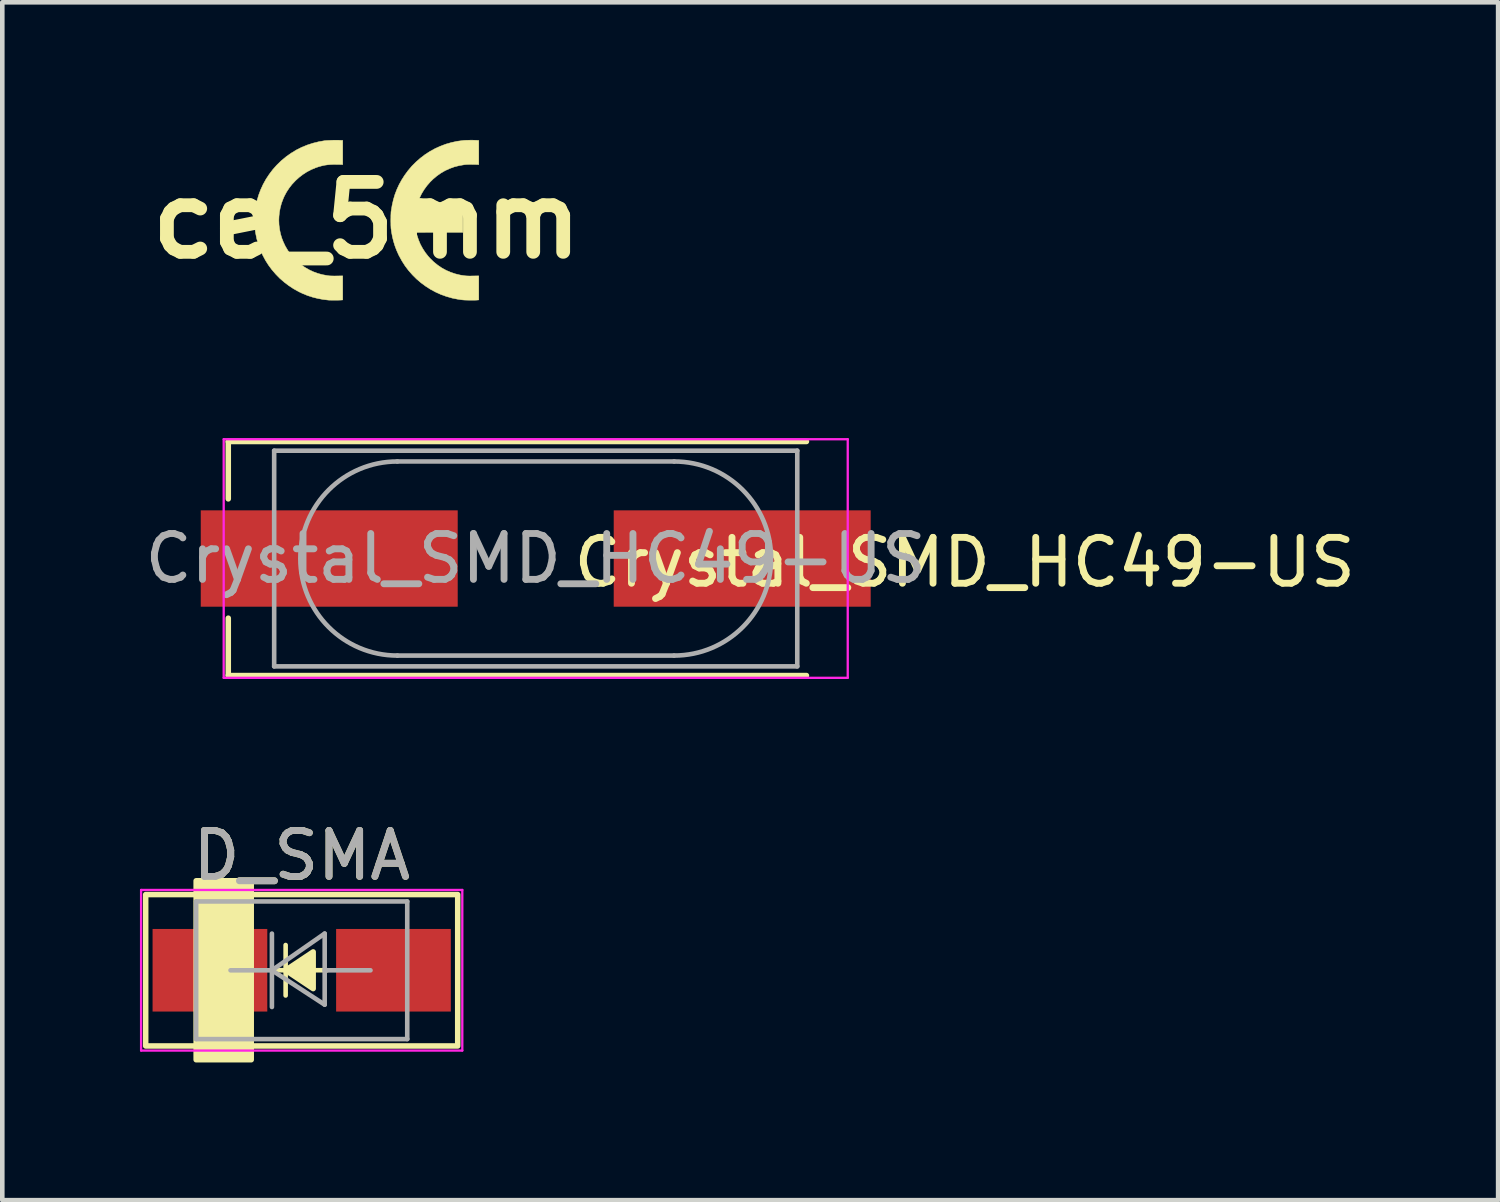
<source format=kicad_pcb>
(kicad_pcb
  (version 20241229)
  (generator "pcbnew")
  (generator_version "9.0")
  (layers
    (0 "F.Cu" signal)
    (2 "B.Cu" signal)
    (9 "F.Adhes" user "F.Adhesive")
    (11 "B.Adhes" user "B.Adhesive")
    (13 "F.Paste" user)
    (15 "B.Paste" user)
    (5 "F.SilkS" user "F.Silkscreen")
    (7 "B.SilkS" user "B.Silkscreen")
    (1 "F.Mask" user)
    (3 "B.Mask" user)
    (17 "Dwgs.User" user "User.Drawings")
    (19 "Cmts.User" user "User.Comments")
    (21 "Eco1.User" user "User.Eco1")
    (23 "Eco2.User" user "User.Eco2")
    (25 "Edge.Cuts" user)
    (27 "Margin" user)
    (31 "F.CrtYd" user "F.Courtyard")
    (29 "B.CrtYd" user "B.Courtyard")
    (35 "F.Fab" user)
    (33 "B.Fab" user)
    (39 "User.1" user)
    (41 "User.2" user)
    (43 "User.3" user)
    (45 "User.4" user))
  (footprint "ce_5mm"
    (layer "F.Cu")
    (at 4.942 1.749)
    (property "Reference" "ce_5mm" (at 0 0 0) (layer "F.SilkS") (effects (font (size 1.524 1.524) (thickness 0.3))))
    (attr through_hole)
    (fp_poly (pts (xy -0.61 -1.743) (xy -0.58 -1.742) (xy -0.523 -1.738) (xy -0.523 -1.213) (xy -0.641 -1.215) (xy -0.72 -1.216) (xy -0.791 -1.213) (xy -0.857 -1.207) (xy -0.92 -1.198) (xy -0.981 -1.184) (xy -1.044 -1.167) (xy -1.109 -1.145) (xy -1.116 -1.142) (xy -1.212 -1.102) (xy -1.305 -1.053) (xy -1.393 -0.996) (xy -1.476 -0.932) (xy -1.554 -0.861) (xy -1.626 -0.784) (xy -1.69 -0.702) (xy -1.748 -0.614) (xy -1.797 -0.522) (xy -1.819 -0.472) (xy -1.856 -0.375) (xy -1.883 -0.277) (xy -1.902 -0.179) (xy -1.912 -0.079) (xy -1.915 0) (xy -1.911 0.103) (xy -1.898 0.203) (xy -1.878 0.301) (xy -1.848 0.398) (xy -1.819 0.472) (xy -1.775 0.565) (xy -1.722 0.655) (xy -1.662 0.74) (xy -1.594 0.82) (xy -1.52 0.894) (xy -1.44 0.962) (xy -1.355 1.023) (xy -1.265 1.076) (xy -1.172 1.12) (xy -1.171 1.121) (xy -1.071 1.158) (xy -0.97 1.186) (xy -0.868 1.205) (xy -0.818 1.212) (xy -0.787 1.214) (xy -0.747 1.215) (xy -0.7 1.216) (xy -0.648 1.215) (xy -0.641 1.215) (xy -0.523 1.213) (xy -0.523 1.737) (xy -0.563 1.741) (xy -0.579 1.741) (xy -0.603 1.742) (xy -0.632 1.743) (xy -0.665 1.743) (xy -0.7 1.743) (xy -0.734 1.743) (xy -0.767 1.743) (xy -0.796 1.742) (xy -0.819 1.742) (xy -0.834 1.741) (xy -0.835 1.741) (xy -0.957 1.726) (xy -1.073 1.704) (xy -1.183 1.676) (xy -1.291 1.641) (xy -1.396 1.598) (xy -1.474 1.561) (xy -1.587 1.499) (xy -1.694 1.429) (xy -1.796 1.352) (xy -1.892 1.269) (xy -1.981 1.178) (xy -2.064 1.082) (xy -2.139 0.981) (xy -2.207 0.874) (xy -2.266 0.763) (xy -2.318 0.648) (xy -2.361 0.529) (xy -2.396 0.407) (xy -2.417 0.303) (xy -2.424 0.266) (xy -2.429 0.234) (xy -2.432 0.206) (xy -2.435 0.178) (xy -2.437 0.149) (xy -2.439 0.118) (xy -2.439 0.083) (xy -2.44 0.041) (xy -2.44 0) (xy -2.44 -0.049) (xy -2.439 -0.089) (xy -2.438 -0.124) (xy -2.437 -0.155) (xy -2.435 -0.183) (xy -2.432 -0.211) (xy -2.428 -0.24) (xy -2.423 -0.272) (xy -2.417 -0.303) (xy -2.391 -0.426) (xy -2.355 -0.548) (xy -2.31 -0.667) (xy -2.257 -0.782) (xy -2.195 -0.894) (xy -2.125 -1) (xy -2.048 -1.102) (xy -1.963 -1.198) (xy -1.871 -1.288) (xy -1.851 -1.306) (xy -1.749 -1.39) (xy -1.642 -1.465) (xy -1.531 -1.532) (xy -1.415 -1.59) (xy -1.295 -1.639) (xy -1.171 -1.679) (xy -1.042 -1.711) (xy -0.921 -1.732) (xy -0.895 -1.735) (xy -0.861 -1.737) (xy -0.821 -1.739) (xy -0.778 -1.741) (xy -0.733 -1.743) (xy -0.689 -1.743) (xy -0.647 -1.743) (xy -0.61 -1.743)) (stroke (width 0.01) (type solid)) (fill yes) (layer "F.SilkS"))
    (fp_poly (pts (xy 2.303 -1.744) (xy 2.343 -1.743) (xy 2.377 -1.742) (xy 2.402 -1.741) (xy 2.442 -1.737) (xy 2.442 -1.213) (xy 2.317 -1.215) (xy 2.272 -1.216) (xy 2.236 -1.216) (xy 2.205 -1.215) (xy 2.178 -1.214) (xy 2.153 -1.212) (xy 2.129 -1.21) (xy 2.125 -1.209) (xy 2.015 -1.19) (xy 1.909 -1.163) (xy 1.807 -1.126) (xy 1.709 -1.081) (xy 1.616 -1.027) (xy 1.528 -0.965) (xy 1.445 -0.895) (xy 1.382 -0.833) (xy 1.311 -0.751) (xy 1.248 -0.664) (xy 1.194 -0.574) (xy 1.148 -0.479) (xy 1.111 -0.378) (xy 1.094 -0.323) (xy 1.088 -0.302) (xy 1.083 -0.284) (xy 1.08 -0.272) (xy 1.079 -0.268) (xy 1.084 -0.267) (xy 1.098 -0.267) (xy 1.121 -0.266) (xy 1.151 -0.266) (xy 1.188 -0.265) (xy 1.232 -0.265) (xy 1.282 -0.265) (xy 1.337 -0.264) (xy 1.397 -0.264) (xy 1.461 -0.264) (xy 1.528 -0.264) (xy 1.587 -0.264) (xy 2.095 -0.264) (xy 2.095 0.264) (xy 1.587 0.264) (xy 1.518 0.264) (xy 1.451 0.264) (xy 1.388 0.264) (xy 1.329 0.264) (xy 1.274 0.265) (xy 1.225 0.265) (xy 1.182 0.265) (xy 1.146 0.266) (xy 1.117 0.266) (xy 1.096 0.267) (xy 1.083 0.267) (xy 1.079 0.268) (xy 1.081 0.274) (xy 1.084 0.287) (xy 1.089 0.306) (xy 1.094 0.323) (xy 1.128 0.427) (xy 1.169 0.525) (xy 1.219 0.617) (xy 1.277 0.706) (xy 1.343 0.79) (xy 1.382 0.833) (xy 1.461 0.91) (xy 1.545 0.978) (xy 1.634 1.039) (xy 1.728 1.091) (xy 1.827 1.134) (xy 1.93 1.169) (xy 2.036 1.195) (xy 2.125 1.209) (xy 2.15 1.212) (xy 2.174 1.214) (xy 2.201 1.215) (xy 2.231 1.216) (xy 2.266 1.216) (xy 2.309 1.215) (xy 2.317 1.215) (xy 2.442 1.213) (xy 2.442 1.737) (xy 2.402 1.741) (xy 2.379 1.742) (xy 2.349 1.743) (xy 2.314 1.743) (xy 2.275 1.743) (xy 2.235 1.743) (xy 2.195 1.742) (xy 2.16 1.741) (xy 2.129 1.74) (xy 2.106 1.738) (xy 2.084 1.736) (xy 2.056 1.733) (xy 2.025 1.728) (xy 1.994 1.723) (xy 1.986 1.722) (xy 1.861 1.697) (xy 1.738 1.662) (xy 1.618 1.619) (xy 1.503 1.567) (xy 1.391 1.507) (xy 1.285 1.439) (xy 1.183 1.364) (xy 1.087 1.282) (xy 0.997 1.192) (xy 0.913 1.097) (xy 0.836 0.995) (xy 0.767 0.887) (xy 0.705 0.774) (xy 0.693 0.75) (xy 0.651 0.656) (xy 0.616 0.563) (xy 0.586 0.467) (xy 0.561 0.367) (xy 0.541 0.261) (xy 0.532 0.195) (xy 0.529 0.174) (xy 0.528 0.144) (xy 0.526 0.109) (xy 0.526 0.069) (xy 0.525 0.026) (xy 0.525 -0.018) (xy 0.526 -0.062) (xy 0.526 -0.103) (xy 0.528 -0.139) (xy 0.529 -0.17) (xy 0.531 -0.193) (xy 0.532 -0.195) (xy 0.553 -0.323) (xy 0.58 -0.443) (xy 0.614 -0.558) (xy 0.656 -0.668) (xy 0.705 -0.775) (xy 0.762 -0.878) (xy 0.824 -0.976) (xy 0.901 -1.081) (xy 0.984 -1.179) (xy 1.075 -1.27) (xy 1.171 -1.354) (xy 1.272 -1.431) (xy 1.379 -1.5) (xy 1.49 -1.561) (xy 1.605 -1.613) (xy 1.724 -1.658) (xy 1.846 -1.693) (xy 1.971 -1.72) (xy 2.097 -1.737) (xy 2.115 -1.739) (xy 2.143 -1.741) (xy 2.179 -1.742) (xy 2.219 -1.743) (xy 2.261 -1.744) (xy 2.303 -1.744)) (stroke (width 0.01) (type solid)) (fill yes) (layer "F.SilkS")))
  (footprint "Crystal_SMD_HC49-US"
    (layer "F.Cu")
    (at 8.625 9.122)
    (property "Reference" "Crystal_SMD_HC49-US" (at 9.349 0.084 0) (layer "F.SilkS") (effects (font (size 1 1) (thickness 0.15))))
    (attr smd)
    (fp_line (start -6.7 -2.55) (end -6.7 -1.3) (stroke (width 0.12) (type solid)) (layer "F.SilkS"))
    (fp_line (start -6.7 1.3) (end -6.7 2.55) (stroke (width 0.12) (type solid)) (layer "F.SilkS"))
    (fp_line (start -6.7 2.55) (end 5.9 2.55) (stroke (width 0.12) (type solid)) (layer "F.SilkS"))
    (fp_line (start 5.9 -2.55) (end -6.7 -2.55) (stroke (width 0.12) (type solid)) (layer "F.SilkS"))
    (fp_line (start -6.8 -2.6) (end -6.8 2.6) (stroke (width 0.05) (type solid)) (layer "F.CrtYd"))
    (fp_line (start -6.8 2.6) (end 6.8 2.6) (stroke (width 0.05) (type solid)) (layer "F.CrtYd"))
    (fp_line (start 6.8 -2.6) (end -6.8 -2.6) (stroke (width 0.05) (type solid)) (layer "F.CrtYd"))
    (fp_line (start 6.8 2.6) (end 6.8 -2.6) (stroke (width 0.05) (type solid)) (layer "F.CrtYd"))
    (fp_line (start -5.7 -2.35) (end -5.7 2.35) (stroke (width 0.1) (type solid)) (layer "F.Fab"))
    (fp_line (start -5.7 2.35) (end 5.7 2.35) (stroke (width 0.1) (type solid)) (layer "F.Fab"))
    (fp_line (start -3.015 -2.115) (end 3.015 -2.115) (stroke (width 0.1) (type solid)) (layer "F.Fab"))
    (fp_line (start -3.015 2.115) (end 3.015 2.115) (stroke (width 0.1) (type solid)) (layer "F.Fab"))
    (fp_line (start 5.7 -2.35) (end -5.7 -2.35) (stroke (width 0.1) (type solid)) (layer "F.Fab"))
    (fp_line (start 5.7 2.35) (end 5.7 -2.35) (stroke (width 0.1) (type solid)) (layer "F.Fab"))
    (fp_arc (start -3.015 2.115) (mid -5.13 0) (end -3.015 -2.115) (stroke (width 0.1) (type solid)) (layer "F.Fab"))
    (fp_arc (start 3.015 -2.115) (mid 5.13 0) (end 3.015 2.115) (stroke (width 0.1) (type solid)) (layer "F.Fab"))
    (fp_text user "${REFERENCE}" (at 0 0 0) (layer "F.Fab") (effects (font (size 1 1) (thickness 0.15))))
    (pad "1" smd rect (at -4.5 0) (size 5.6 2.1) (layers "F.Cu" "F.Mask" "F.Paste"))
    (pad "2" smd rect (at 4.5 0) (size 5.6 2.1) (layers "F.Cu" "F.Mask" "F.Paste")))
  (footprint "D_SMA"
    (layer "F.Cu")
    (at 3.525 18.095)
    (property "Reference" "D_SMA" (at 0 -2.5 0) (layer "F.SilkS") (effects (font (size 1 1) (thickness 0.15))))
    (attr smd)
    (fp_line (start -0.6 0) (end -0.35 0) (stroke (width 0.1) (type solid)) (layer "F.SilkS"))
    (fp_line (start -0.35 0) (end -0.35 -0.55) (stroke (width 0.1) (type solid)) (layer "F.SilkS"))
    (fp_line (start -0.35 0) (end -0.35 0.55) (stroke (width 0.1) (type solid)) (layer "F.SilkS"))
    (fp_line (start 0.25 0) (end 0.55 0) (stroke (width 0.1) (type solid)) (layer "F.SilkS"))
    (fp_rect (start -3.4 -1.65) (end 3.4 1.65) (stroke (width 0.12) (type solid)) (fill no) (layer "F.SilkS"))
    (fp_rect (start -2.3 -1.95) (end -1.1 1.95) (stroke (width 0.12) (type solid)) (fill yes) (layer "F.SilkS"))
    (fp_poly (pts (xy 0.25 0.4) (xy -0.35 0) (xy 0.25 -0.4)) (stroke (width 0.12) (type solid)) (fill yes) (layer "F.SilkS"))
    (fp_line (start -3.5 -1.75) (end 3.5 -1.75) (stroke (width 0.05) (type solid)) (layer "F.CrtYd"))
    (fp_line (start -3.5 1.75) (end -3.5 -1.75) (stroke (width 0.05) (type solid)) (layer "F.CrtYd"))
    (fp_line (start 3.5 -1.75) (end 3.5 1.75) (stroke (width 0.05) (type solid)) (layer "F.CrtYd"))
    (fp_line (start 3.5 1.75) (end -3.5 1.75) (stroke (width 0.05) (type solid)) (layer "F.CrtYd"))
    (fp_line (start -2.3 1.5) (end -2.3 -1.5) (stroke (width 0.1) (type solid)) (layer "F.Fab"))
    (fp_line (start -0.649 -0.799) (end -0.649 0.801) (stroke (width 0.1) (type solid)) (layer "F.Fab"))
    (fp_line (start -0.649 0.001) (end -1.551 0.001) (stroke (width 0.1) (type solid)) (layer "F.Fab"))
    (fp_line (start -0.649 0.001) (end 0.501 -0.799) (stroke (width 0.1) (type solid)) (layer "F.Fab"))
    (fp_line (start -0.649 0.001) (end 0.501 0.75) (stroke (width 0.1) (type solid)) (layer "F.Fab"))
    (fp_line (start 0.501 0.001) (end 1.499 0.001) (stroke (width 0.1) (type solid)) (layer "F.Fab"))
    (fp_line (start 0.501 0.75) (end 0.501 -0.799) (stroke (width 0.1) (type solid)) (layer "F.Fab"))
    (fp_line (start 2.3 -1.5) (end -2.3 -1.5) (stroke (width 0.1) (type solid)) (layer "F.Fab"))
    (fp_line (start 2.3 -1.5) (end 2.3 1.5) (stroke (width 0.1) (type solid)) (layer "F.Fab"))
    (fp_line (start 2.3 1.5) (end -2.3 1.5) (stroke (width 0.1) (type solid)) (layer "F.Fab"))
    (fp_text user "${REFERENCE}" (at 0 -2.5 0) (layer "F.Fab") (effects (font (size 1 1) (thickness 0.15))))
    (pad "1" smd rect (at -2 0) (size 2.5 1.8) (layers "F.Cu" "F.Mask" "F.Paste"))
    (pad "2" smd rect (at 2 0) (size 2.5 1.8) (layers "F.Cu" "F.Mask" "F.Paste")))
  (gr_rect
    (start -3 -3)
    (end 29.599 23.105)
    (stroke (width 0.1) (type default))
    (fill no)
    (layer "Edge.Cuts")))
</source>
